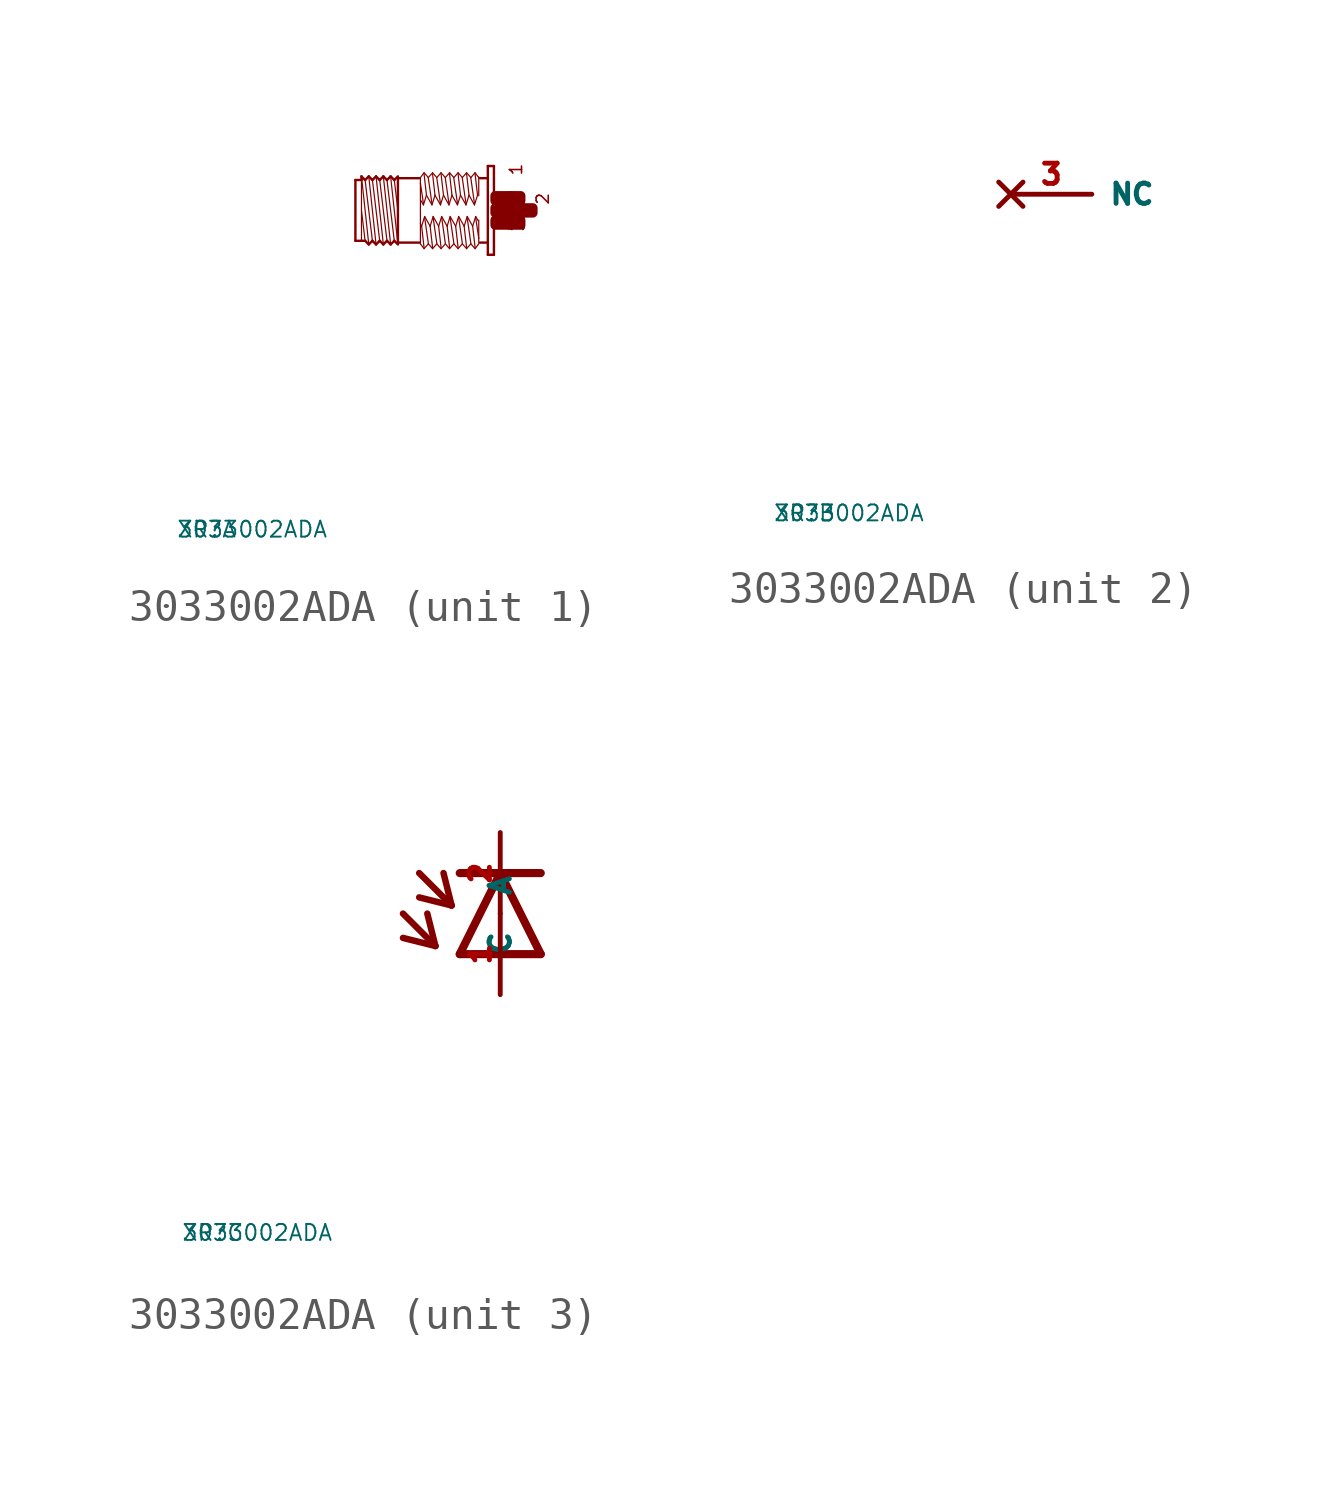
<source format=kicad_sym>
(kicad_symbol_lib
  (version 20220914)
  (generator Eagle2Kicad)
  (symbol "3033002ADA"
    (property "Reference" "XR"
      (at -10 -10 0)
      (effects (font (size 0.5 0.5) (thickness 0.06)) (justify left)))
    (property "Value" "3033002ADA"
      (at -10 -10 0)
      (effects (font (size 0.5 0.5) (thickness 0.06)) (justify left)))
    (symbol "3033002ADA_1_0"
      (polyline (pts (xy -3.048 -1.067) (xy -3.277 1.067)) (stroke (width 0.038) (type default)) (fill (type none)))
      (polyline (pts (xy -3.162 0.953) (xy -3.048 0)) (stroke (width 0.038) (type default)) (fill (type none)))
      (polyline (pts (xy -3.162 -0.953) (xy -3.391 0.953)) (stroke (width 0.038) (type default)) (fill (type none)))
      (polyline (pts (xy -3.277 -1.067) (xy -3.505 1.067)) (stroke (width 0.038) (type default)) (fill (type none)))
      (polyline (pts (xy -3.391 -0.953) (xy -3.619 0.953)) (stroke (width 0.038) (type default)) (fill (type none)))
      (polyline (pts (xy -3.505 -1.067) (xy -3.734 1.067)) (stroke (width 0.038) (type default)) (fill (type none)))
      (polyline (pts (xy -3.619 -0.953) (xy -3.848 0.953)) (stroke (width 0.038) (type default)) (fill (type none)))
      (polyline (pts (xy -3.734 -1.067) (xy -3.962 1.067)) (stroke (width 0.038) (type default)) (fill (type none)))
      (polyline (pts (xy -3.848 -0.953) (xy -4.077 0.953)) (stroke (width 0.038) (type default)) (fill (type none)))
      (polyline (pts (xy -3.962 -1.067) (xy -4.191 1.067)) (stroke (width 0.038) (type default)) (fill (type none)))
      (polyline (pts (xy -4.191 0) (xy -4.077 -0.953)) (stroke (width 0.038) (type default)) (fill (type none)))
      (polyline (pts (xy -4.191 1.029) (xy -4.191 0.953)) (stroke (width 0.038) (type default)) (fill (type none)))
      (polyline (pts (xy -4.191 0.953) (xy -4.191 -0.953)) (stroke (width 0.038) (type default)) (fill (type none)))
      (polyline (pts (xy -4.381 -0.953) (xy -4.381 0.953)) (stroke (width 0.076) (type default)) (fill (type none)))
      (polyline (pts (xy -4.381 0.953) (xy -4.191 0.953)) (stroke (width 0.076) (type default)) (fill (type none)))
      (polyline (pts (xy -4.191 0.953) (xy -4.191 1.067)) (stroke (width 0.076) (type default)) (fill (type none)))
      (polyline (pts (xy -4.191 1.067) (xy -4.077 0.953)) (stroke (width 0.076) (type default)) (fill (type none)))
      (polyline (pts (xy -4.077 0.953) (xy -3.962 1.067)) (stroke (width 0.076) (type default)) (fill (type none)))
      (polyline (pts (xy -3.962 1.067) (xy -3.848 0.953)) (stroke (width 0.076) (type default)) (fill (type none)))
      (polyline (pts (xy -3.848 0.953) (xy -3.734 1.067)) (stroke (width 0.076) (type default)) (fill (type none)))
      (polyline (pts (xy -3.734 1.067) (xy -3.619 0.953)) (stroke (width 0.076) (type default)) (fill (type none)))
      (polyline (pts (xy -3.619 0.953) (xy -3.505 1.067)) (stroke (width 0.076) (type default)) (fill (type none)))
      (polyline (pts (xy -3.277 1.067) (xy -3.162 0.953)) (stroke (width 0.076) (type default)) (fill (type none)))
      (polyline (pts (xy -3.162 0.953) (xy -3.048 1.067)) (stroke (width 0.076) (type default)) (fill (type none)))
      (polyline (pts (xy -3.048 -1.067) (xy -3.162 -0.953)) (stroke (width 0.076) (type default)) (fill (type none)))
      (polyline (pts (xy -3.162 -0.953) (xy -3.277 -1.067)) (stroke (width 0.076) (type default)) (fill (type none)))
      (polyline (pts (xy -3.277 -1.067) (xy -3.391 -0.953)) (stroke (width 0.076) (type default)) (fill (type none)))
      (polyline (pts (xy -3.391 -0.953) (xy -3.505 -1.067)) (stroke (width 0.076) (type default)) (fill (type none)))
      (polyline (pts (xy -3.505 -1.067) (xy -3.619 -0.953)) (stroke (width 0.076) (type default)) (fill (type none)))
      (polyline (pts (xy -3.619 -0.953) (xy -3.734 -1.067)) (stroke (width 0.076) (type default)) (fill (type none)))
      (polyline (pts (xy -3.734 -1.067) (xy -3.848 -0.953)) (stroke (width 0.076) (type default)) (fill (type none)))
      (polyline (pts (xy -3.848 -0.953) (xy -3.962 -1.067)) (stroke (width 0.076) (type default)) (fill (type none)))
      (polyline (pts (xy -3.962 -1.067) (xy -4.077 -0.953)) (stroke (width 0.076) (type default)) (fill (type none)))
      (polyline (pts (xy -4.077 -0.953) (xy -4.191 -0.953)) (stroke (width 0.076) (type default)) (fill (type none)))
      (polyline (pts (xy -4.191 -0.953) (xy -4.381 -0.953)) (stroke (width 0.076) (type default)) (fill (type none)))
      (polyline (pts (xy -3.048 1.029) (xy -3.048 1.01)) (stroke (width 0.076) (type default)) (fill (type none)))
      (polyline (pts (xy -3.048 1.01) (xy -3.048 -1.01)) (stroke (width 0.076) (type default)) (fill (type none)))
      (polyline (pts (xy -3.048 -1.01) (xy -3.048 -1.029)) (stroke (width 0.076) (type default)) (fill (type none)))
      (polyline (pts (xy -0.038 1.391) (xy -0.038 -1.391)) (stroke (width 0.076) (type default)) (fill (type none)))
      (polyline (pts (xy -0.038 -1.391) (xy -0.229 -1.391)) (stroke (width 0.076) (type default)) (fill (type none)))
      (polyline (pts (xy -0.229 -1.391) (xy -0.229 1.391)) (stroke (width 0.076) (type default)) (fill (type none)))
      (polyline (pts (xy -0.229 1.391) (xy -0.038 1.391)) (stroke (width 0.076) (type default)) (fill (type none)))
      (polyline (pts (xy -0.267 1.01) (xy -0.476 1.01)) (stroke (width 0.076) (type default)) (fill (type none)))
      (polyline (pts (xy -0.267 -1.01) (xy -0.476 -1.01)) (stroke (width 0.076) (type default)) (fill (type none)))
      (polyline (pts (xy -2.381 -1.01) (xy -3.048 -1.01)) (stroke (width 0.076) (type default)) (fill (type none)))
      (polyline (pts (xy -3.048 1.01) (xy -2.381 1.01)) (stroke (width 0.076) (type default)) (fill (type none)))
      (polyline (pts (xy -0.514 -1.048) (xy -0.629 -1.2)) (stroke (width 0.038) (type default)) (fill (type none)))
      (polyline (pts (xy -0.629 -1.2) (xy -0.762 -1.048)) (stroke (width 0.038) (type default)) (fill (type none)))
      (polyline (pts (xy -0.762 -1.048) (xy -0.895 -1.2)) (stroke (width 0.038) (type default)) (fill (type none)))
      (polyline (pts (xy -0.895 -1.2) (xy -1.029 -1.048)) (stroke (width 0.038) (type default)) (fill (type none)))
      (polyline (pts (xy -1.029 -1.048) (xy -1.162 -1.2)) (stroke (width 0.038) (type default)) (fill (type none)))
      (polyline (pts (xy -1.162 -1.2) (xy -1.295 -1.048)) (stroke (width 0.038) (type default)) (fill (type none)))
      (polyline (pts (xy -1.295 -1.048) (xy -1.429 -1.2)) (stroke (width 0.038) (type default)) (fill (type none)))
      (polyline (pts (xy -1.429 -1.2) (xy -1.562 -1.048)) (stroke (width 0.038) (type default)) (fill (type none)))
      (polyline (pts (xy -1.562 -1.048) (xy -1.696 -1.2)) (stroke (width 0.038) (type default)) (fill (type none)))
      (polyline (pts (xy -1.696 -1.2) (xy -1.829 -1.048)) (stroke (width 0.038) (type default)) (fill (type none)))
      (polyline (pts (xy -1.829 -1.048) (xy -1.962 -1.2)) (stroke (width 0.038) (type default)) (fill (type none)))
      (polyline (pts (xy -1.962 -1.2) (xy -2.095 -1.048)) (stroke (width 0.038) (type default)) (fill (type none)))
      (polyline (pts (xy -2.095 -1.048) (xy -2.229 -1.2)) (stroke (width 0.038) (type default)) (fill (type none)))
      (polyline (pts (xy -2.229 -1.2) (xy -2.343 -1.048)) (stroke (width 0.038) (type default)) (fill (type none)))
      (polyline (pts (xy -2.343 -1.048) (xy -2.343 -0.419)) (stroke (width 0.038) (type default)) (fill (type none)))
      (polyline (pts (xy -2.343 -0.419) (xy -2.343 0.857)) (stroke (width 0.038) (type default)) (fill (type none)))
      (polyline (pts (xy -2.343 0.857) (xy -2.343 1.029)) (stroke (width 0.038) (type default)) (fill (type none)))
      (polyline (pts (xy -0.514 1.048) (xy -0.514 1.029)) (stroke (width 0.038) (type default)) (fill (type none)))
      (polyline (pts (xy -0.514 1.029) (xy -0.514 0.457)) (stroke (width 0.038) (type default)) (fill (type none)))
      (polyline (pts (xy -0.514 -0.305) (xy -0.514 -0.876)) (stroke (width 0.038) (type default)) (fill (type none)))
      (polyline (pts (xy -0.514 -0.876) (xy -0.514 -1.029)) (stroke (width 0.038) (type default)) (fill (type none)))
      (polyline (pts (xy -0.533 -0.324) (xy -0.61 -0.191)) (stroke (width 0.038) (type default)) (fill (type none)))
      (polyline (pts (xy -0.61 -0.191) (xy -0.705 -0.495)) (stroke (width 0.038) (type default)) (fill (type none)))
      (polyline (pts (xy -0.705 -0.495) (xy -0.876 -0.191)) (stroke (width 0.038) (type default)) (fill (type none)))
      (polyline (pts (xy -0.876 -0.191) (xy -0.972 -0.495)) (stroke (width 0.038) (type default)) (fill (type none)))
      (polyline (pts (xy -0.972 -0.495) (xy -1.143 -0.191)) (stroke (width 0.038) (type default)) (fill (type none)))
      (polyline (pts (xy -1.143 -0.191) (xy -1.238 -0.495)) (stroke (width 0.038) (type default)) (fill (type none)))
      (polyline (pts (xy -1.238 -0.495) (xy -1.41 -0.191)) (stroke (width 0.038) (type default)) (fill (type none)))
      (polyline (pts (xy -1.41 -0.191) (xy -1.505 -0.495)) (stroke (width 0.038) (type default)) (fill (type none)))
      (polyline (pts (xy -1.505 -0.495) (xy -1.676 -0.191)) (stroke (width 0.038) (type default)) (fill (type none)))
      (polyline (pts (xy -1.676 -0.191) (xy -1.772 -0.495)) (stroke (width 0.038) (type default)) (fill (type none)))
      (polyline (pts (xy -1.772 -0.495) (xy -1.943 -0.191)) (stroke (width 0.038) (type default)) (fill (type none)))
      (polyline (pts (xy -1.943 -0.191) (xy -2.038 -0.495)) (stroke (width 0.038) (type default)) (fill (type none)))
      (polyline (pts (xy -2.038 -0.495) (xy -2.21 -0.191)) (stroke (width 0.038) (type default)) (fill (type none)))
      (polyline (pts (xy -2.21 -0.191) (xy -2.305 -0.495)) (stroke (width 0.038) (type default)) (fill (type none)))
      (polyline (pts (xy -2.305 -0.495) (xy -2.343 -0.419)) (stroke (width 0.038) (type default)) (fill (type none)))
      (polyline (pts (xy -2.229 -1.162) (xy -2.305 -0.495)) (stroke (width 0.038) (type default)) (fill (type none)))
      (polyline (pts (xy -2.095 -1.029) (xy -2.21 -0.229)) (stroke (width 0.038) (type default)) (fill (type none)))
      (polyline (pts (xy -1.962 -1.162) (xy -2.038 -0.495)) (stroke (width 0.038) (type default)) (fill (type none)))
      (polyline (pts (xy -1.829 -1.029) (xy -1.943 -0.229)) (stroke (width 0.038) (type default)) (fill (type none)))
      (polyline (pts (xy -1.562 -1.029) (xy -1.676 -0.229)) (stroke (width 0.038) (type default)) (fill (type none)))
      (polyline (pts (xy -1.429 -1.162) (xy -1.505 -0.495)) (stroke (width 0.038) (type default)) (fill (type none)))
      (polyline (pts (xy -1.295 -1.029) (xy -1.41 -0.229)) (stroke (width 0.038) (type default)) (fill (type none)))
      (polyline (pts (xy -1.162 -1.162) (xy -1.238 -0.495)) (stroke (width 0.038) (type default)) (fill (type none)))
      (polyline (pts (xy -1.029 -1.029) (xy -1.143 -0.229)) (stroke (width 0.038) (type default)) (fill (type none)))
      (polyline (pts (xy -0.895 -1.162) (xy -0.972 -0.495)) (stroke (width 0.038) (type default)) (fill (type none)))
      (polyline (pts (xy -0.762 -1.029) (xy -0.876 -0.229)) (stroke (width 0.038) (type default)) (fill (type none)))
      (polyline (pts (xy -0.629 -1.162) (xy -0.705 -0.495)) (stroke (width 0.038) (type default)) (fill (type none)))
      (polyline (pts (xy -0.514 -0.876) (xy -0.61 -0.229)) (stroke (width 0.038) (type default)) (fill (type none)))
      (polyline (pts (xy -2.343 1.029) (xy -2.229 1.181)) (stroke (width 0.038) (type default)) (fill (type none)))
      (polyline (pts (xy -2.229 1.181) (xy -2.095 1.029)) (stroke (width 0.038) (type default)) (fill (type none)))
      (polyline (pts (xy -2.095 1.029) (xy -1.962 1.181)) (stroke (width 0.038) (type default)) (fill (type none)))
      (polyline (pts (xy -1.962 1.181) (xy -1.829 1.029)) (stroke (width 0.038) (type default)) (fill (type none)))
      (polyline (pts (xy -1.829 1.029) (xy -1.696 1.181)) (stroke (width 0.038) (type default)) (fill (type none)))
      (polyline (pts (xy -1.696 1.181) (xy -1.562 1.029)) (stroke (width 0.038) (type default)) (fill (type none)))
      (polyline (pts (xy -1.562 1.029) (xy -1.429 1.181)) (stroke (width 0.038) (type default)) (fill (type none)))
      (polyline (pts (xy -1.429 1.181) (xy -1.295 1.029)) (stroke (width 0.038) (type default)) (fill (type none)))
      (polyline (pts (xy -1.295 1.029) (xy -1.162 1.181)) (stroke (width 0.038) (type default)) (fill (type none)))
      (polyline (pts (xy -1.162 1.181) (xy -1.029 1.029)) (stroke (width 0.038) (type default)) (fill (type none)))
      (polyline (pts (xy -1.029 1.029) (xy -0.895 1.181)) (stroke (width 0.038) (type default)) (fill (type none)))
      (polyline (pts (xy -0.895 1.181) (xy -0.762 1.029)) (stroke (width 0.038) (type default)) (fill (type none)))
      (polyline (pts (xy -0.762 1.029) (xy -0.629 1.181)) (stroke (width 0.038) (type default)) (fill (type none)))
      (polyline (pts (xy -0.629 1.181) (xy -0.514 1.029)) (stroke (width 0.038) (type default)) (fill (type none)))
      (polyline (pts (xy -2.324 0.305) (xy -2.248 0.172)) (stroke (width 0.038) (type default)) (fill (type none)))
      (polyline (pts (xy -2.248 0.172) (xy -2.153 0.476)) (stroke (width 0.038) (type default)) (fill (type none)))
      (polyline (pts (xy -2.153 0.476) (xy -1.981 0.172)) (stroke (width 0.038) (type default)) (fill (type none)))
      (polyline (pts (xy -1.981 0.172) (xy -1.886 0.476)) (stroke (width 0.038) (type default)) (fill (type none)))
      (polyline (pts (xy -1.886 0.476) (xy -1.714 0.172)) (stroke (width 0.038) (type default)) (fill (type none)))
      (polyline (pts (xy -1.714 0.172) (xy -1.619 0.476)) (stroke (width 0.038) (type default)) (fill (type none)))
      (polyline (pts (xy -1.619 0.476) (xy -1.448 0.172)) (stroke (width 0.038) (type default)) (fill (type none)))
      (polyline (pts (xy -1.448 0.172) (xy -1.353 0.476)) (stroke (width 0.038) (type default)) (fill (type none)))
      (polyline (pts (xy -1.353 0.476) (xy -1.181 0.172)) (stroke (width 0.038) (type default)) (fill (type none)))
      (polyline (pts (xy -1.181 0.172) (xy -1.086 0.476)) (stroke (width 0.038) (type default)) (fill (type none)))
      (polyline (pts (xy -1.086 0.476) (xy -0.914 0.172)) (stroke (width 0.038) (type default)) (fill (type none)))
      (polyline (pts (xy -0.914 0.172) (xy -0.819 0.476)) (stroke (width 0.038) (type default)) (fill (type none)))
      (polyline (pts (xy -0.819 0.476) (xy -0.648 0.172)) (stroke (width 0.038) (type default)) (fill (type none)))
      (polyline (pts (xy -0.648 0.172) (xy -0.552 0.476)) (stroke (width 0.038) (type default)) (fill (type none)))
      (polyline (pts (xy -0.629 1.143) (xy -0.552 0.476)) (stroke (width 0.038) (type default)) (fill (type none)))
      (polyline (pts (xy -0.762 1.01) (xy -0.648 0.21)) (stroke (width 0.038) (type default)) (fill (type none)))
      (polyline (pts (xy -0.895 1.143) (xy -0.819 0.476)) (stroke (width 0.038) (type default)) (fill (type none)))
      (polyline (pts (xy -1.029 1.01) (xy -0.914 0.21)) (stroke (width 0.038) (type default)) (fill (type none)))
      (polyline (pts (xy -1.162 1.143) (xy -1.086 0.476)) (stroke (width 0.038) (type default)) (fill (type none)))
      (polyline (pts (xy -1.295 1.01) (xy -1.181 0.21)) (stroke (width 0.038) (type default)) (fill (type none)))
      (polyline (pts (xy -1.429 1.143) (xy -1.353 0.476)) (stroke (width 0.038) (type default)) (fill (type none)))
      (polyline (pts (xy -1.562 1.01) (xy -1.448 0.21)) (stroke (width 0.038) (type default)) (fill (type none)))
      (polyline (pts (xy -1.696 1.143) (xy -1.619 0.476)) (stroke (width 0.038) (type default)) (fill (type none)))
      (polyline (pts (xy -1.829 1.01) (xy -1.714 0.21)) (stroke (width 0.038) (type default)) (fill (type none)))
      (polyline (pts (xy -1.962 1.143) (xy -1.886 0.476)) (stroke (width 0.038) (type default)) (fill (type none)))
      (polyline (pts (xy -2.095 1.01) (xy -1.981 0.21)) (stroke (width 0.038) (type default)) (fill (type none)))
      (polyline (pts (xy -2.229 1.143) (xy -2.153 0.476)) (stroke (width 0.038) (type default)) (fill (type none)))
      (polyline (pts (xy -2.343 0.857) (xy -2.248 0.21)) (stroke (width 0.038) (type default)) (fill (type none)))
      (polyline (pts (xy -1.696 -1.162) (xy -1.772 -0.495)) (stroke (width 0.038) (type default)) (fill (type none)))
      (polyline (pts (xy -3.277 1.067) (xy -3.391 0.953)) (stroke (width 0.076) (type default)) (fill (type none)))
      (polyline (pts (xy -3.391 0.953) (xy -3.505 1.067)) (stroke (width 0.076) (type default)) (fill (type none)))
      (text "1" (at 0.876 1.067 1800) (effects (font (size 0.381 0.381) (thickness 0.05)) (justify left bottom)))
      (text "3" (at 0.953 -0.686 1800) (effects (font (size 0.381 0.381) (thickness 0.05)) (justify left bottom)))
      (text "2" (at 1.714 0.152 1800) (effects (font (size 0.381 0.381) (thickness 0.05)) (justify left bottom)))
      (rectangle (start 0 -0.457) (end 0.495 -0.305) (stroke (width 0.3) (type default)) (fill (type outline)))
      (rectangle (start 0 -0.076) (end 0.876 0.076) (stroke (width 0.3) (type default)) (fill (type outline)))
      (rectangle (start 0.457 -0.457) (end 0.8 -0.305) (stroke (width 0.3) (type default)) (fill (type outline)))
      (rectangle (start 0.838 -0.076) (end 1.181 0.076) (stroke (width 0.3) (type default)) (fill (type outline)))
      (rectangle (start 0.457 0.305) (end 0.8 0.457) (stroke (width 0.3) (type default)) (fill (type outline)))
      (rectangle (start 0 0.305) (end 0.495 0.457) (stroke (width 0.3) (type default)) (fill (type outline))))
    (symbol "3033002ADA_2_0"
      (pin no_connect line (at -2.54 0 0) (length 2.54) (name "NC" (effects (font (size 0.635 0.635) (thickness 0.08)) (justify left bottom) hide)) (number "3" (effects (font (size 0.635 0.635) (thickness 0.08)) (justify left bottom) hide))))
    (symbol "3033002ADA_3_0"
      (polyline (pts (xy 1.27 -1.27) (xy 0 1.27)) (stroke (width 0.254) (type default)) (fill (type none)))
      (polyline (pts (xy 0 1.27) (xy -1.27 -1.27)) (stroke (width 0.254) (type default)) (fill (type none)))
      (polyline (pts (xy -1.27 1.27) (xy 0 1.27)) (stroke (width 0.254) (type default)) (fill (type none)))
      (polyline (pts (xy -1.27 -1.27) (xy 1.27 -1.27)) (stroke (width 0.254) (type default)) (fill (type none)))
      (polyline (pts (xy 0 1.27) (xy 1.27 1.27)) (stroke (width 0.254) (type default)) (fill (type none)))
      (polyline (pts (xy -3.048 0) (xy -2.032 -1.016)) (stroke (width 0.203) (type default)) (fill (type none)))
      (polyline (pts (xy -2.032 -1.016) (xy -2.286 0)) (stroke (width 0.203) (type default)) (fill (type none)))
      (polyline (pts (xy -2.032 -1.016) (xy -3.048 -0.762)) (stroke (width 0.203) (type default)) (fill (type none)))
      (polyline (pts (xy -2.54 1.27) (xy -1.524 0.254)) (stroke (width 0.203) (type default)) (fill (type none)))
      (polyline (pts (xy -1.524 0.254) (xy -1.778 1.27)) (stroke (width 0.203) (type default)) (fill (type none)))
      (polyline (pts (xy -1.524 0.254) (xy -2.54 0.508)) (stroke (width 0.203) (type default)) (fill (type none)))
      (pin passive line (at 0 -2.54 90) (length 2.54) (name "A" (effects (font (size 0.635 0.635) (thickness 0.08)) (justify left bottom))) (number "1" (effects (font (size 0.635 0.635) (thickness 0.08)) (justify left bottom))))
      (pin passive line (at 0 2.54 270) (length 2.54) (name "C" (effects (font (size 0.635 0.635) (thickness 0.08)) (justify left bottom))) (number "2" (effects (font (size 0.635 0.635) (thickness 0.08)) (justify left bottom)))))))
</source>
